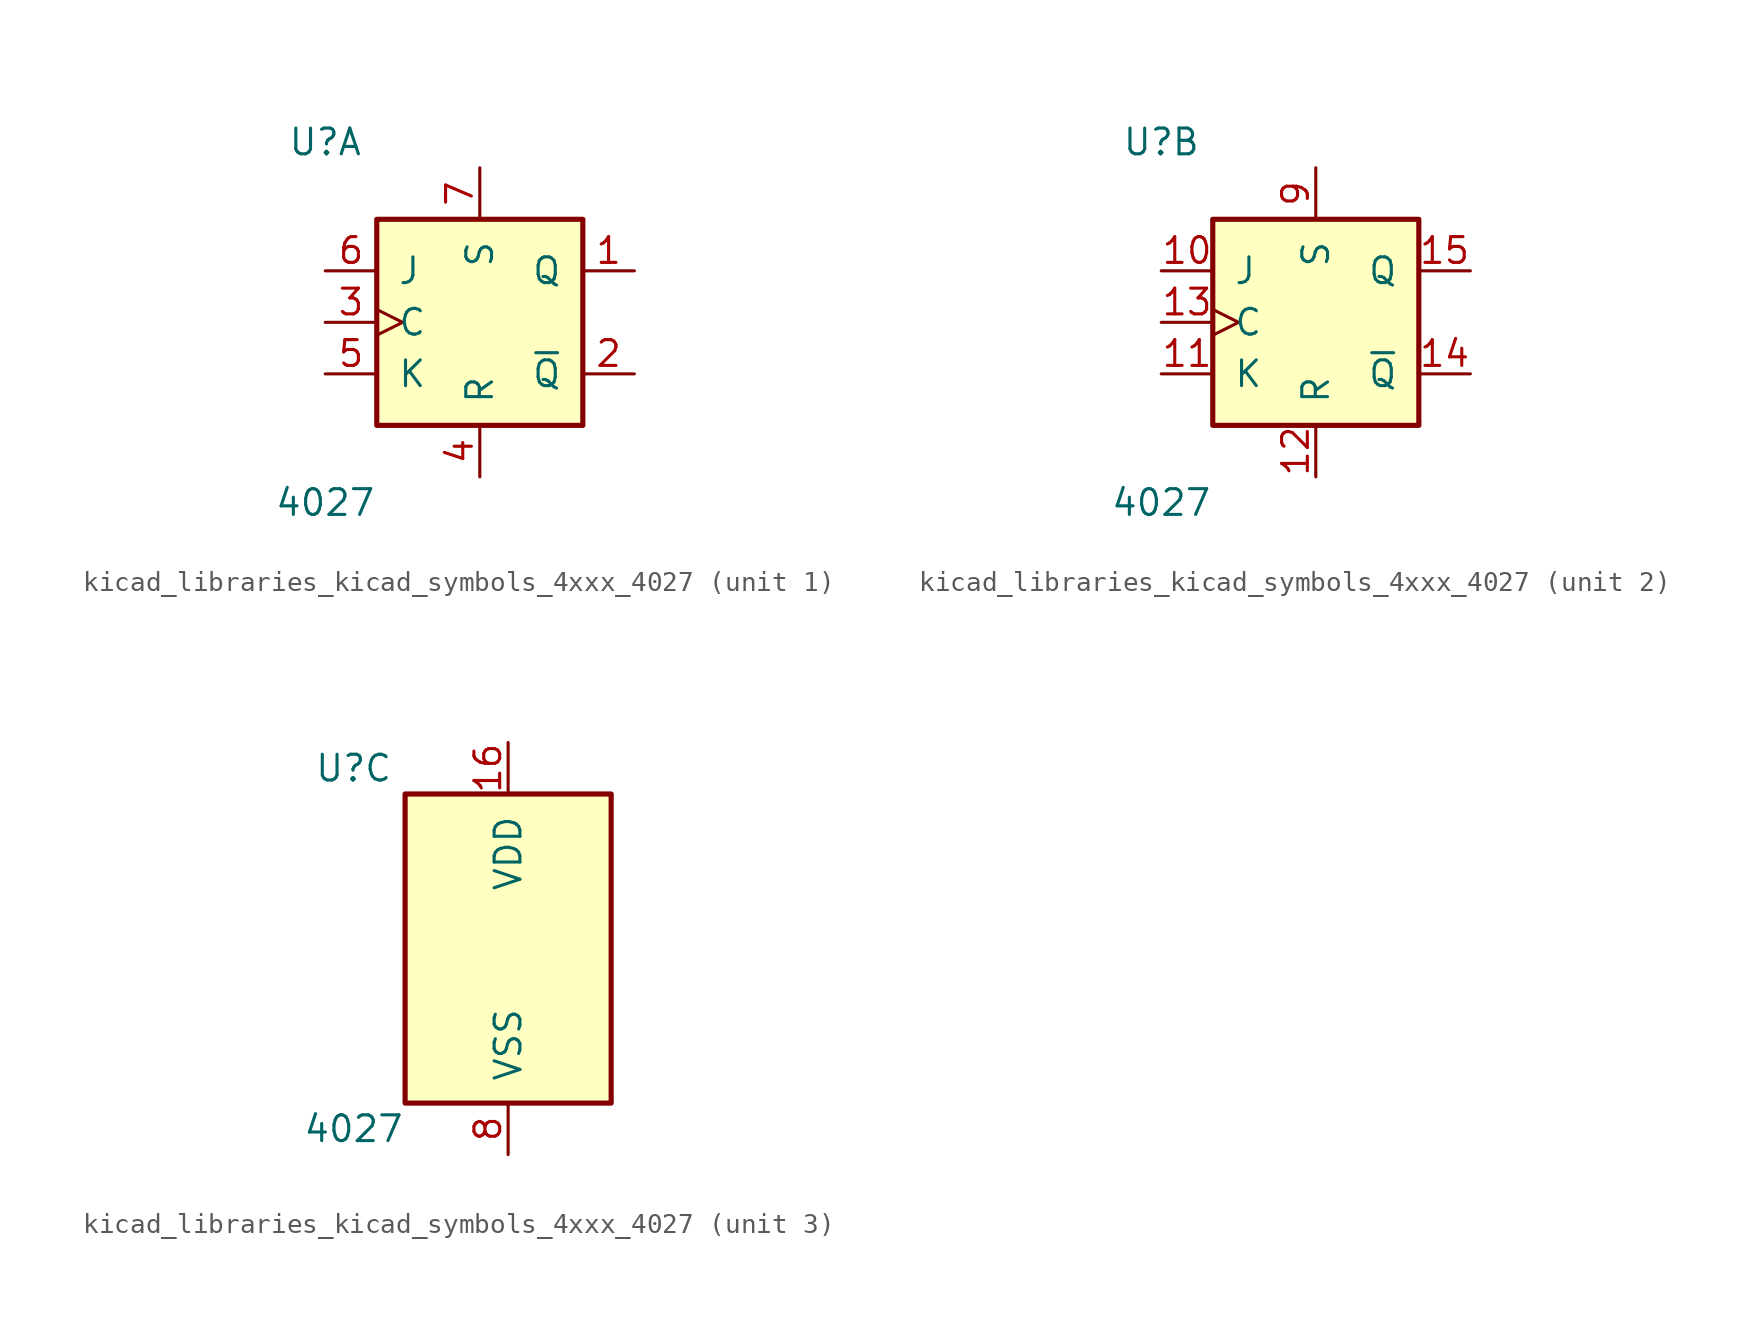
<source format=kicad_sym>
(kicad_symbol_lib
  (version 20220914)
  (generator kicad_symbol_editor)
  (symbol "kicad_libraries_kicad_symbols_4xxx_4027"
    (pin_names
      (offset 1.016))
    (property "Reference" "U"
      (at -7.62 8.89 0)
      (effects (font (size 1.27 1.27))))
    (property "Value" "4027"
      (at -7.62 -8.89 0)
      (effects (font (size 1.27 1.27))))
    (property "ki_locked" ""
      (at 0 0 0)
      (effects (font (size 1.27 1.27))))
    (symbol "kicad_libraries_kicad_symbols_4xxx_4027_1_1"
      (rectangle (start -5.08 5.08) (end 5.08 -5.08) (stroke (width 0.254) (type default)) (fill (type background)))
      (pin output line (at 7.62 2.54 180) (length 2.54) (name "Q" (effects (font (size 1.27 1.27)))) (number "1" (effects (font (size 1.27 1.27)))))
      (pin output line (at 7.62 -2.54 180) (length 2.54) (name "~{Q}" (effects (font (size 1.27 1.27)))) (number "2" (effects (font (size 1.27 1.27)))))
      (pin input clock (at -7.62 0 0) (length 2.54) (name "C" (effects (font (size 1.27 1.27)))) (number "3" (effects (font (size 1.27 1.27)))))
      (pin input line (at 0 -7.62 90) (length 2.54) (name "R" (effects (font (size 1.27 1.27)))) (number "4" (effects (font (size 1.27 1.27)))))
      (pin input line (at -7.62 -2.54 0) (length 2.54) (name "K" (effects (font (size 1.27 1.27)))) (number "5" (effects (font (size 1.27 1.27)))))
      (pin input line (at -7.62 2.54 0) (length 2.54) (name "J" (effects (font (size 1.27 1.27)))) (number "6" (effects (font (size 1.27 1.27)))))
      (pin input line (at 0 7.62 270) (length 2.54) (name "S" (effects (font (size 1.27 1.27)))) (number "7" (effects (font (size 1.27 1.27))))))
    (symbol "kicad_libraries_kicad_symbols_4xxx_4027_2_1"
      (rectangle (start -5.08 5.08) (end 5.08 -5.08) (stroke (width 0.254) (type default)) (fill (type background)))
      (pin input line (at -7.62 2.54 0) (length 2.54) (name "J" (effects (font (size 1.27 1.27)))) (number "10" (effects (font (size 1.27 1.27)))))
      (pin input line (at -7.62 -2.54 0) (length 2.54) (name "K" (effects (font (size 1.27 1.27)))) (number "11" (effects (font (size 1.27 1.27)))))
      (pin input line (at 0 -7.62 90) (length 2.54) (name "R" (effects (font (size 1.27 1.27)))) (number "12" (effects (font (size 1.27 1.27)))))
      (pin input clock (at -7.62 0 0) (length 2.54) (name "C" (effects (font (size 1.27 1.27)))) (number "13" (effects (font (size 1.27 1.27)))))
      (pin output line (at 7.62 -2.54 180) (length 2.54) (name "~{Q}" (effects (font (size 1.27 1.27)))) (number "14" (effects (font (size 1.27 1.27)))))
      (pin output line (at 7.62 2.54 180) (length 2.54) (name "Q" (effects (font (size 1.27 1.27)))) (number "15" (effects (font (size 1.27 1.27)))))
      (pin input line (at 0 7.62 270) (length 2.54) (name "S" (effects (font (size 1.27 1.27)))) (number "9" (effects (font (size 1.27 1.27))))))
    (symbol "kicad_libraries_kicad_symbols_4xxx_4027_3_0"
      (pin power_in line (at 0 10.16 270) (length 2.54) (name "VDD" (effects (font (size 1.27 1.27)))) (number "16" (effects (font (size 1.27 1.27)))))
      (pin power_in line (at 0 -10.16 90) (length 2.54) (name "VSS" (effects (font (size 1.27 1.27)))) (number "8" (effects (font (size 1.27 1.27))))))
    (symbol "kicad_libraries_kicad_symbols_4xxx_4027_3_1"
      (rectangle (start -5.08 7.62) (end 5.08 -7.62) (stroke (width 0.254) (type default)) (fill (type background))))))
</source>
